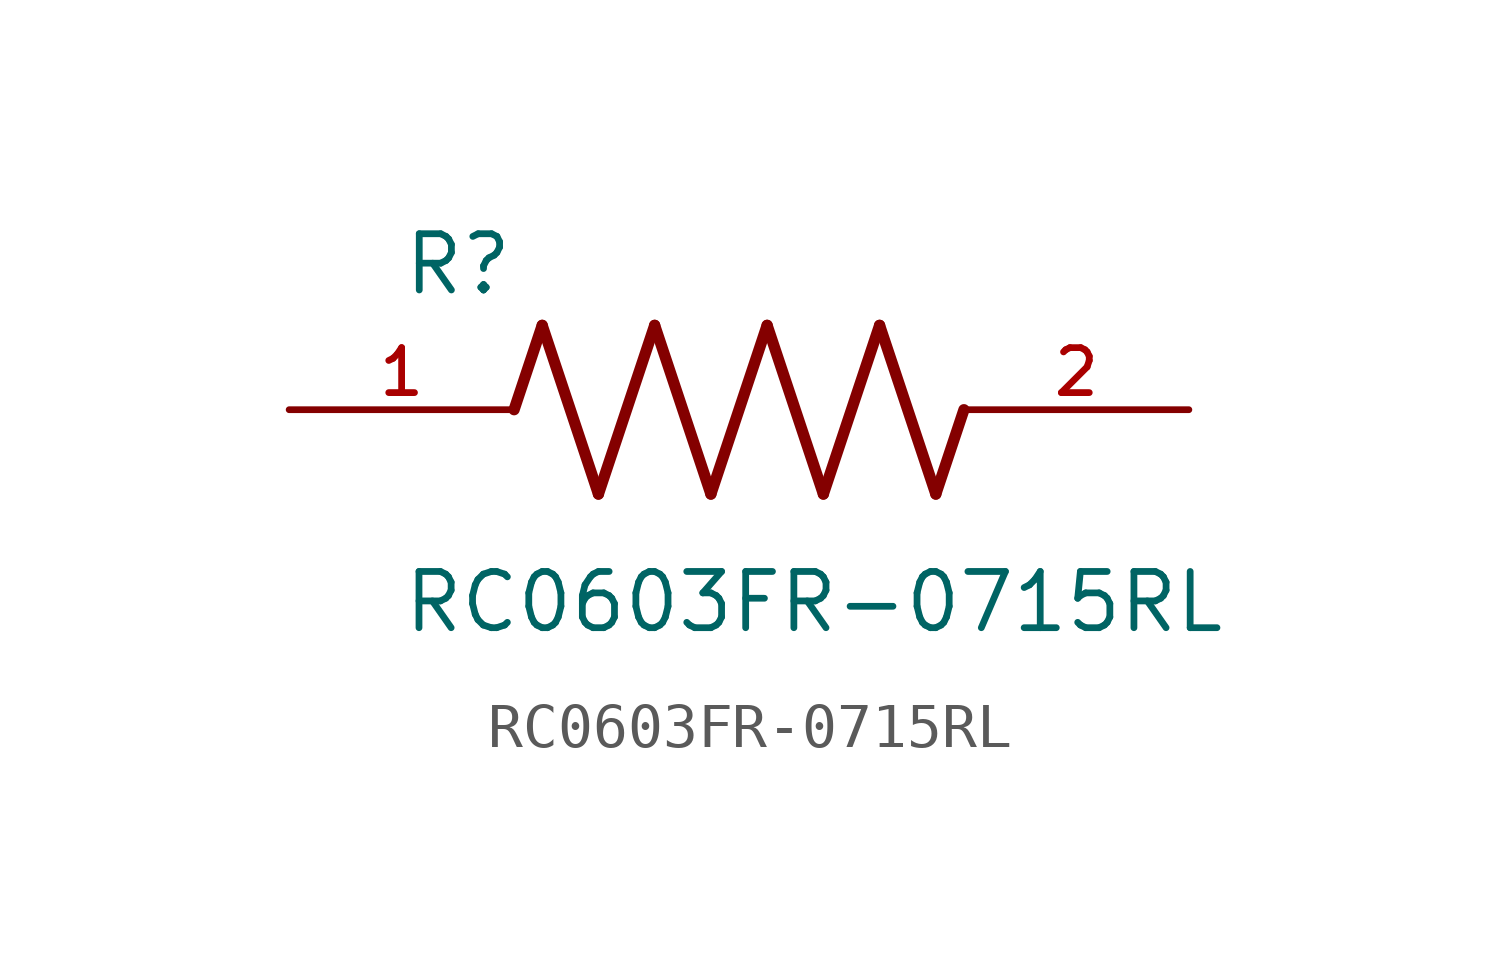
<source format=kicad_sym>
(kicad_symbol_lib
  (version 20211014)
  (generator kicad_symbol_editor)
  (symbol "RC0603FR-0715RL"
    (pin_names
      (offset 1.016))
    (property "Reference" "R"
      (at -7.624 2.541 0)
      (effects (font (size 1.27 1.27)) (justify bottom left)))
    (property "Value" "RC0603FR-0715RL"
      (at -7.63 -5.087 0)
      (effects (font (size 1.27 1.27)) (justify bottom left)))
    (symbol "RC0603FR-0715RL_0_0"
      (polyline (pts (xy -5.08 0.0) (xy -4.445 1.905)) (stroke (width 0.254)))
      (polyline (pts (xy -4.445 1.905) (xy -3.175 -1.905)) (stroke (width 0.254)))
      (polyline (pts (xy -3.175 -1.905) (xy -1.905 1.905)) (stroke (width 0.254)))
      (polyline (pts (xy -1.905 1.905) (xy -0.635 -1.905)) (stroke (width 0.254)))
      (polyline (pts (xy -0.635 -1.905) (xy 0.635 1.905)) (stroke (width 0.254)))
      (polyline (pts (xy 0.635 1.905) (xy 1.905 -1.905)) (stroke (width 0.254)))
      (polyline (pts (xy 1.905 -1.905) (xy 3.175 1.905)) (stroke (width 0.254)))
      (polyline (pts (xy 3.175 1.905) (xy 4.445 -1.905)) (stroke (width 0.254)))
      (polyline (pts (xy 4.445 -1.905) (xy 5.08 0.0)) (stroke (width 0.254)))
      (pin passive line (at -10.16 0.0 0) (length 5.08) (name "~" (effects (font (size 1.016 1.016)))) (number "1" (effects (font (size 1.016 1.016)))))
      (pin passive line (at 10.16 0.0 180.0) (length 5.08) (name "~" (effects (font (size 1.016 1.016)))) (number "2" (effects (font (size 1.016 1.016))))))))
</source>
